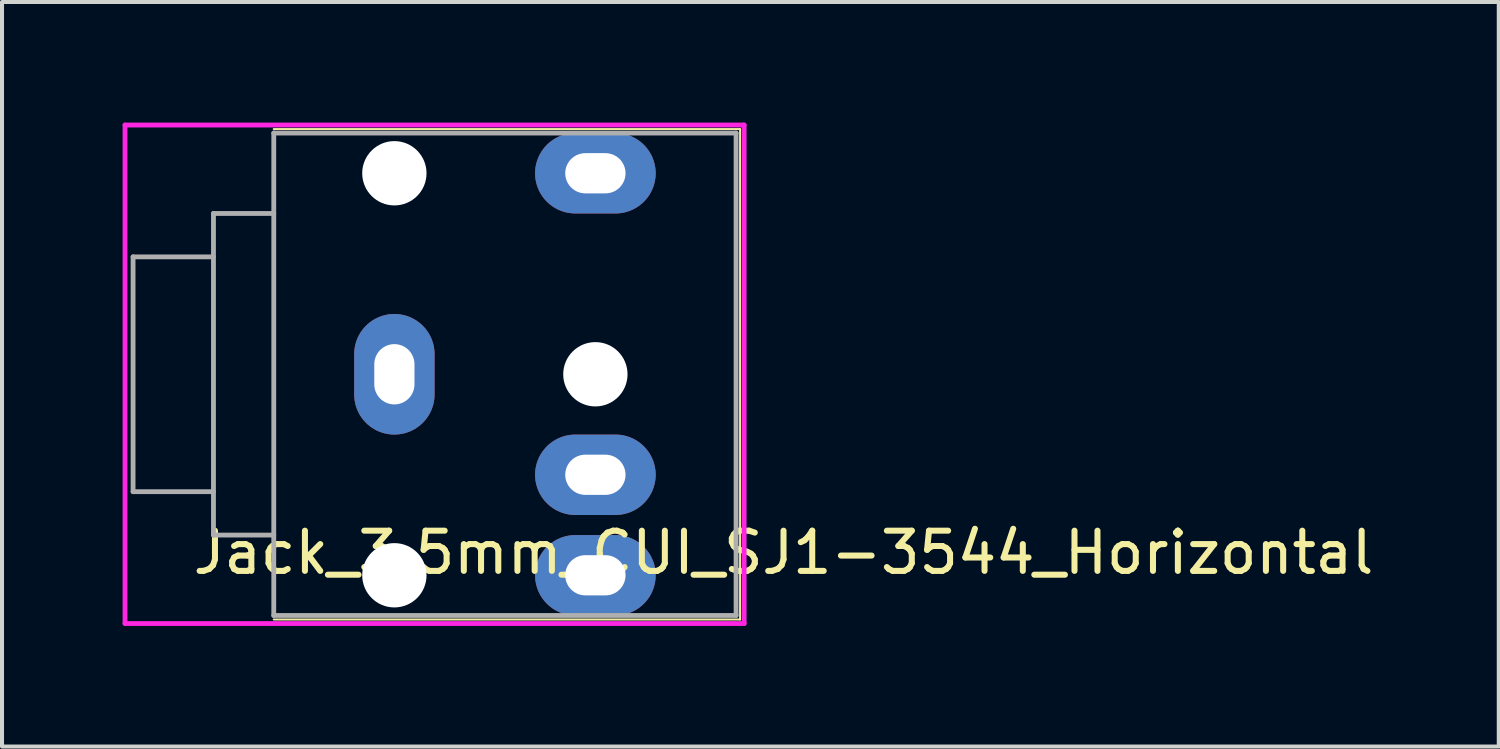
<source format=kicad_pcb>
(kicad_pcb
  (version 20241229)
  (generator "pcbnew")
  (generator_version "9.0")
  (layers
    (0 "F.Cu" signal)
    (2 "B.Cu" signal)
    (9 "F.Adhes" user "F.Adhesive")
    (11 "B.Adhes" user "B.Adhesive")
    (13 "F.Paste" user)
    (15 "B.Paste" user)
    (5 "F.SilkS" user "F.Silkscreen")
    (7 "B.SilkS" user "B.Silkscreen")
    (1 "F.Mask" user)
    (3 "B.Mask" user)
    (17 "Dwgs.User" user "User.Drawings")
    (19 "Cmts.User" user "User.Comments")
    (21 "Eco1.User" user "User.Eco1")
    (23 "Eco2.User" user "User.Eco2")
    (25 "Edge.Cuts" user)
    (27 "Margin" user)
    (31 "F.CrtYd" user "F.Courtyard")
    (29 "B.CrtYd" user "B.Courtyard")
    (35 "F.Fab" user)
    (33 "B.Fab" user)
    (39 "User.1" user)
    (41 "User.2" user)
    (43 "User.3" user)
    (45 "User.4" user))
  (footprint "Jack_3.5mm_CUI_SJ1-3544_Horizontal"
    (layer "F.Cu")
    (at 6.76 6.26)
    (property "Reference" "Jack_3.5mm_CUI_SJ1-3544_Horizontal" (at 9.68 4.436 180) (layer "F.SilkS") (effects (font (size 1 1) (thickness 0.15))))
    (attr through_hole)
    (fp_line (start -3 -6.1) (end 8.6 -6.1) (stroke (width 0.05) (type solid)) (layer "F.SilkS"))
    (fp_line (start 8.6 -6.1) (end 8.6 6.1) (stroke (width 0.05) (type solid)) (layer "F.SilkS"))
    (fp_line (start 8.6 6.1) (end -3 6.1) (stroke (width 0.05) (type solid)) (layer "F.SilkS"))
    (fp_line (start -6.7 -6.2) (end 8.7 -6.2) (stroke (width 0.12) (type solid)) (layer "F.CrtYd"))
    (fp_line (start -6.7 6.2) (end -6.7 -6.2) (stroke (width 0.12) (type solid)) (layer "F.CrtYd"))
    (fp_line (start -6.7 6.2) (end 8.7 6.2) (stroke (width 0.12) (type solid)) (layer "F.CrtYd"))
    (fp_line (start 8.7 -6.2) (end 8.7 6.2) (stroke (width 0.12) (type solid)) (layer "F.CrtYd"))
    (fp_line (start -6.5 -2.92) (end -6.5 2.92) (stroke (width 0.12) (type solid)) (layer "F.Fab"))
    (fp_line (start -6.5 2.92) (end -4.5 2.92) (stroke (width 0.12) (type solid)) (layer "F.Fab"))
    (fp_line (start -4.5 -4) (end -4.5 4) (stroke (width 0.12) (type solid)) (layer "F.Fab"))
    (fp_line (start -4.5 -2.92) (end -6.5 -2.92) (stroke (width 0.12) (type solid)) (layer "F.Fab"))
    (fp_line (start -4.5 4) (end -3 4) (stroke (width 0.12) (type solid)) (layer "F.Fab"))
    (fp_line (start -3 -6) (end -3 6) (stroke (width 0.12) (type solid)) (layer "F.Fab"))
    (fp_line (start -3 -4) (end -4.5 -4) (stroke (width 0.12) (type solid)) (layer "F.Fab"))
    (fp_line (start -3 6) (end 8.5 6) (stroke (width 0.12) (type solid)) (layer "F.Fab"))
    (fp_line (start 8.5 -6) (end -3 -6) (stroke (width 0.12) (type solid)) (layer "F.Fab"))
    (fp_line (start 8.5 6) (end 8.5 -6) (stroke (width 0.12) (type solid)) (layer "F.Fab"))
    (pad "" np_thru_hole circle (at 0 -5) (size 1.6 1.6) (drill 1.6) (layers "*.Cu" "*.Mask"))
    (pad "" np_thru_hole circle (at 0 5) (size 1.6 1.6) (drill 1.6) (layers "*.Cu" "*.Mask"))
    (pad "" np_thru_hole circle (at 5 0) (size 1.6 1.6) (drill 1.6) (layers "*.Cu" "*.Mask"))
    (pad "R" thru_hole oval (at 5 -5) (size 3 2) (drill oval 1.5 1) (layers "*.Cu" "*.Mask"))
    (pad "S" thru_hole oval (at 0 0) (size 2 3) (drill oval 1 1.5) (layers "*.Cu" "*.Mask"))
    (pad "T" thru_hole oval (at 5 5) (size 3 2) (drill oval 1.5 1) (layers "*.Cu" "*.Mask"))
    (pad "TN" thru_hole oval (at 5 2.5) (size 3 2) (drill oval 1.5 1) (layers "*.Cu" "*.Mask")))
  (gr_rect
    (start -3 -3)
    (end 34.232 15.52)
    (stroke (width 0.1) (type default))
    (fill no)
    (layer "Edge.Cuts")))
</source>
